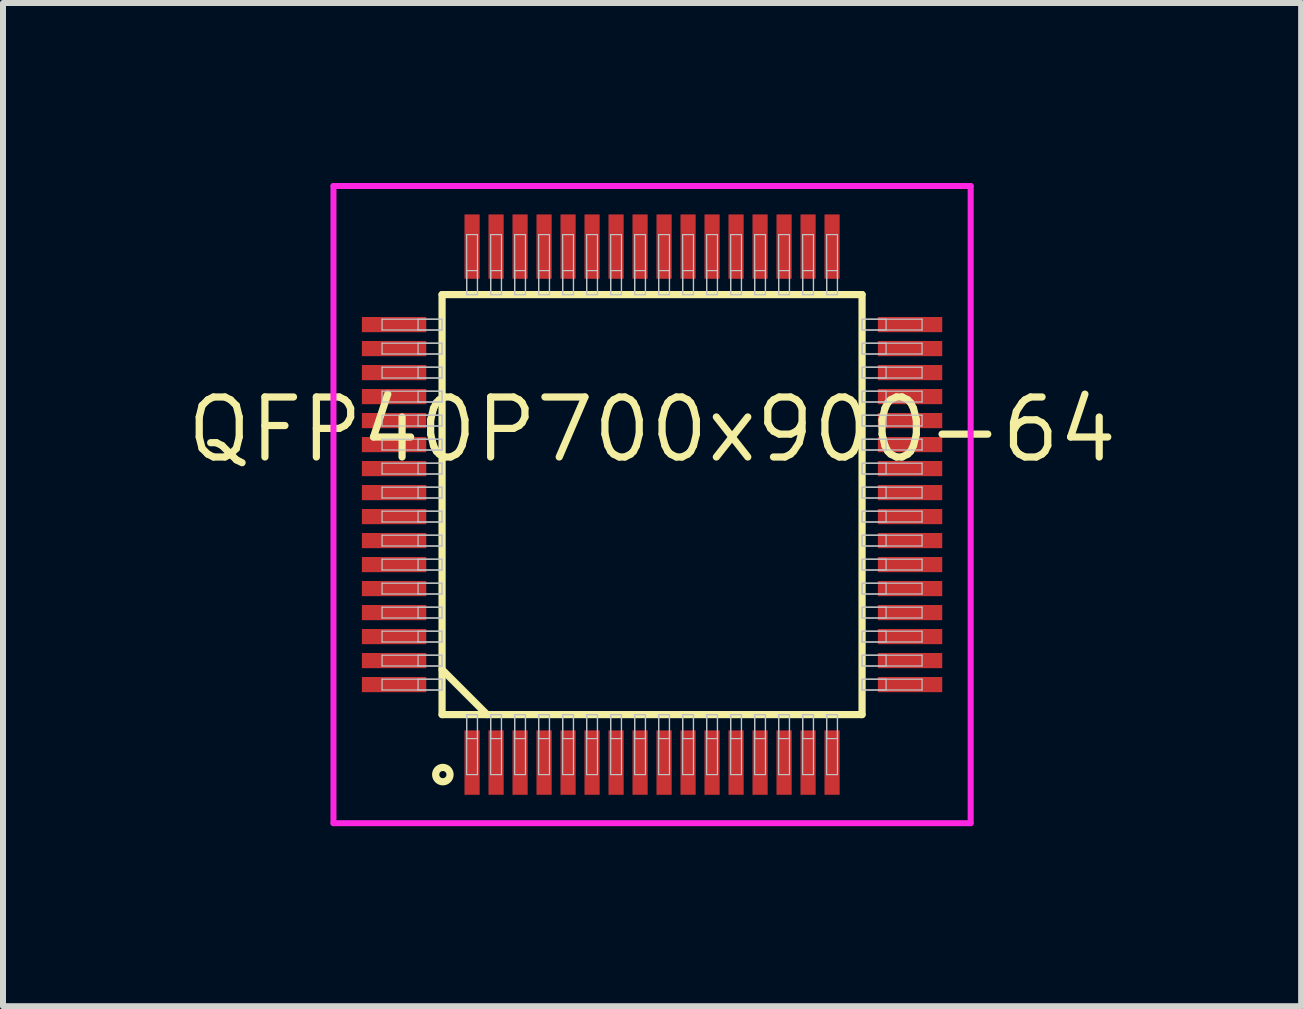
<source format=kicad_pcb>
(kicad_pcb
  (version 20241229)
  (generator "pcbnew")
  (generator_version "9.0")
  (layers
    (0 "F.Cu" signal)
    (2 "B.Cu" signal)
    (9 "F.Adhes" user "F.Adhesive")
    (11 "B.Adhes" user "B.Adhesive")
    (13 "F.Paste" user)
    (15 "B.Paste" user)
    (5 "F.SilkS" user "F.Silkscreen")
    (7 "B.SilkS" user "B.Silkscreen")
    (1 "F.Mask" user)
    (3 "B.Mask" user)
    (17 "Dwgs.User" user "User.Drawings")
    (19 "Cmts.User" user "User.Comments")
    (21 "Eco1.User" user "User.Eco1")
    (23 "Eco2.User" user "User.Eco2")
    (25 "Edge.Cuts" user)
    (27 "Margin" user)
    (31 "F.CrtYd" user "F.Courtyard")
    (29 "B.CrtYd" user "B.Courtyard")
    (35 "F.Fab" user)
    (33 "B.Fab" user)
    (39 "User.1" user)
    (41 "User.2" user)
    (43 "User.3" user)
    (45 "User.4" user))
  (footprint "QFP40P700x900-64"
    (layer "F.Cu")
    (at 7.818 5.36)
    (property "Reference" "QFP40P700x900-64" (at 0 -1.25 0) (layer "F.SilkS") (effects (font (size 1 1) (thickness 0.12))))
    (attr through_hole)
    (fp_line (start -3.5 -3.5) (end -3.5 3.5) (stroke (width 0.12) (type solid)) (layer "F.SilkS"))
    (fp_line (start -3.5 2.75) (end -2.75 3.5) (stroke (width 0.12) (type solid)) (layer "F.SilkS"))
    (fp_line (start -3.5 3.5) (end 3.5 3.5) (stroke (width 0.12) (type solid)) (layer "F.SilkS"))
    (fp_line (start 3.5 -3.5) (end -3.5 -3.5) (stroke (width 0.12) (type solid)) (layer "F.SilkS"))
    (fp_line (start 3.5 3.5) (end 3.5 -3.5) (stroke (width 0.12) (type solid)) (layer "F.SilkS"))
    (fp_circle (center -3.487 4.5) (end -3.367 4.5) (stroke (width 0.12) (type solid)) (fill no) (layer "F.SilkS"))
    (fp_line (start -4.5 -3.09) (end -4.5 -2.91) (stroke (width 0.02) (type solid)) (layer "Dwgs.User"))
    (fp_line (start -4.5 -2.91) (end -3.5 -2.91) (stroke (width 0.02) (type solid)) (layer "Dwgs.User"))
    (fp_line (start -4.5 -2.69) (end -4.5 -2.51) (stroke (width 0.02) (type solid)) (layer "Dwgs.User"))
    (fp_line (start -4.5 -2.51) (end -3.5 -2.51) (stroke (width 0.02) (type solid)) (layer "Dwgs.User"))
    (fp_line (start -4.5 -2.29) (end -4.5 -2.11) (stroke (width 0.02) (type solid)) (layer "Dwgs.User"))
    (fp_line (start -4.5 -2.11) (end -3.5 -2.11) (stroke (width 0.02) (type solid)) (layer "Dwgs.User"))
    (fp_line (start -4.5 -1.89) (end -4.5 -1.71) (stroke (width 0.02) (type solid)) (layer "Dwgs.User"))
    (fp_line (start -4.5 -1.71) (end -3.5 -1.71) (stroke (width 0.02) (type solid)) (layer "Dwgs.User"))
    (fp_line (start -4.5 -1.49) (end -4.5 -1.31) (stroke (width 0.02) (type solid)) (layer "Dwgs.User"))
    (fp_line (start -4.5 -1.31) (end -3.5 -1.31) (stroke (width 0.02) (type solid)) (layer "Dwgs.User"))
    (fp_line (start -4.5 -1.09) (end -4.5 -0.91) (stroke (width 0.02) (type solid)) (layer "Dwgs.User"))
    (fp_line (start -4.5 -0.91) (end -3.5 -0.91) (stroke (width 0.02) (type solid)) (layer "Dwgs.User"))
    (fp_line (start -4.5 -0.69) (end -4.5 -0.51) (stroke (width 0.02) (type solid)) (layer "Dwgs.User"))
    (fp_line (start -4.5 -0.51) (end -3.5 -0.51) (stroke (width 0.02) (type solid)) (layer "Dwgs.User"))
    (fp_line (start -4.5 -0.29) (end -4.5 -0.11) (stroke (width 0.02) (type solid)) (layer "Dwgs.User"))
    (fp_line (start -4.5 -0.11) (end -3.5 -0.11) (stroke (width 0.02) (type solid)) (layer "Dwgs.User"))
    (fp_line (start -4.5 0.11) (end -4.5 0.29) (stroke (width 0.02) (type solid)) (layer "Dwgs.User"))
    (fp_line (start -4.5 0.29) (end -3.5 0.29) (stroke (width 0.02) (type solid)) (layer "Dwgs.User"))
    (fp_line (start -4.5 0.51) (end -4.5 0.69) (stroke (width 0.02) (type solid)) (layer "Dwgs.User"))
    (fp_line (start -4.5 0.69) (end -3.5 0.69) (stroke (width 0.02) (type solid)) (layer "Dwgs.User"))
    (fp_line (start -4.5 0.91) (end -4.5 1.09) (stroke (width 0.02) (type solid)) (layer "Dwgs.User"))
    (fp_line (start -4.5 1.09) (end -3.5 1.09) (stroke (width 0.02) (type solid)) (layer "Dwgs.User"))
    (fp_line (start -4.5 1.31) (end -4.5 1.49) (stroke (width 0.02) (type solid)) (layer "Dwgs.User"))
    (fp_line (start -4.5 1.49) (end -3.5 1.49) (stroke (width 0.02) (type solid)) (layer "Dwgs.User"))
    (fp_line (start -4.5 1.71) (end -4.5 1.89) (stroke (width 0.02) (type solid)) (layer "Dwgs.User"))
    (fp_line (start -4.5 1.89) (end -3.5 1.89) (stroke (width 0.02) (type solid)) (layer "Dwgs.User"))
    (fp_line (start -4.5 2.11) (end -4.5 2.29) (stroke (width 0.02) (type solid)) (layer "Dwgs.User"))
    (fp_line (start -4.5 2.29) (end -3.5 2.29) (stroke (width 0.02) (type solid)) (layer "Dwgs.User"))
    (fp_line (start -4.5 2.51) (end -4.5 2.69) (stroke (width 0.02) (type solid)) (layer "Dwgs.User"))
    (fp_line (start -4.5 2.69) (end -3.5 2.69) (stroke (width 0.02) (type solid)) (layer "Dwgs.User"))
    (fp_line (start -4.5 2.91) (end -4.5 3.09) (stroke (width 0.02) (type solid)) (layer "Dwgs.User"))
    (fp_line (start -4.5 3.09) (end -3.5 3.09) (stroke (width 0.02) (type solid)) (layer "Dwgs.User"))
    (fp_line (start -3.9 -3.09) (end -3.9 -2.91) (stroke (width 0.02) (type solid)) (layer "Dwgs.User"))
    (fp_line (start -3.9 -2.91) (end -3.5 -2.91) (stroke (width 0.02) (type solid)) (layer "Dwgs.User"))
    (fp_line (start -3.9 -2.69) (end -3.9 -2.51) (stroke (width 0.02) (type solid)) (layer "Dwgs.User"))
    (fp_line (start -3.9 -2.51) (end -3.5 -2.51) (stroke (width 0.02) (type solid)) (layer "Dwgs.User"))
    (fp_line (start -3.9 -2.29) (end -3.9 -2.11) (stroke (width 0.02) (type solid)) (layer "Dwgs.User"))
    (fp_line (start -3.9 -2.11) (end -3.5 -2.11) (stroke (width 0.02) (type solid)) (layer "Dwgs.User"))
    (fp_line (start -3.9 -1.89) (end -3.9 -1.71) (stroke (width 0.02) (type solid)) (layer "Dwgs.User"))
    (fp_line (start -3.9 -1.71) (end -3.5 -1.71) (stroke (width 0.02) (type solid)) (layer "Dwgs.User"))
    (fp_line (start -3.9 -1.49) (end -3.9 -1.31) (stroke (width 0.02) (type solid)) (layer "Dwgs.User"))
    (fp_line (start -3.9 -1.31) (end -3.5 -1.31) (stroke (width 0.02) (type solid)) (layer "Dwgs.User"))
    (fp_line (start -3.9 -1.09) (end -3.9 -0.91) (stroke (width 0.02) (type solid)) (layer "Dwgs.User"))
    (fp_line (start -3.9 -0.91) (end -3.5 -0.91) (stroke (width 0.02) (type solid)) (layer "Dwgs.User"))
    (fp_line (start -3.9 -0.69) (end -3.9 -0.51) (stroke (width 0.02) (type solid)) (layer "Dwgs.User"))
    (fp_line (start -3.9 -0.51) (end -3.5 -0.51) (stroke (width 0.02) (type solid)) (layer "Dwgs.User"))
    (fp_line (start -3.9 -0.29) (end -3.9 -0.11) (stroke (width 0.02) (type solid)) (layer "Dwgs.User"))
    (fp_line (start -3.9 -0.11) (end -3.5 -0.11) (stroke (width 0.02) (type solid)) (layer "Dwgs.User"))
    (fp_line (start -3.9 0.11) (end -3.9 0.29) (stroke (width 0.02) (type solid)) (layer "Dwgs.User"))
    (fp_line (start -3.9 0.29) (end -3.5 0.29) (stroke (width 0.02) (type solid)) (layer "Dwgs.User"))
    (fp_line (start -3.9 0.51) (end -3.9 0.69) (stroke (width 0.02) (type solid)) (layer "Dwgs.User"))
    (fp_line (start -3.9 0.69) (end -3.5 0.69) (stroke (width 0.02) (type solid)) (layer "Dwgs.User"))
    (fp_line (start -3.9 0.91) (end -3.9 1.09) (stroke (width 0.02) (type solid)) (layer "Dwgs.User"))
    (fp_line (start -3.9 1.09) (end -3.5 1.09) (stroke (width 0.02) (type solid)) (layer "Dwgs.User"))
    (fp_line (start -3.9 1.31) (end -3.9 1.49) (stroke (width 0.02) (type solid)) (layer "Dwgs.User"))
    (fp_line (start -3.9 1.49) (end -3.5 1.49) (stroke (width 0.02) (type solid)) (layer "Dwgs.User"))
    (fp_line (start -3.9 1.71) (end -3.9 1.89) (stroke (width 0.02) (type solid)) (layer "Dwgs.User"))
    (fp_line (start -3.9 1.89) (end -3.5 1.89) (stroke (width 0.02) (type solid)) (layer "Dwgs.User"))
    (fp_line (start -3.9 2.11) (end -3.9 2.29) (stroke (width 0.02) (type solid)) (layer "Dwgs.User"))
    (fp_line (start -3.9 2.29) (end -3.5 2.29) (stroke (width 0.02) (type solid)) (layer "Dwgs.User"))
    (fp_line (start -3.9 2.51) (end -3.9 2.69) (stroke (width 0.02) (type solid)) (layer "Dwgs.User"))
    (fp_line (start -3.9 2.69) (end -3.5 2.69) (stroke (width 0.02) (type solid)) (layer "Dwgs.User"))
    (fp_line (start -3.9 2.91) (end -3.9 3.09) (stroke (width 0.02) (type solid)) (layer "Dwgs.User"))
    (fp_line (start -3.9 3.09) (end -3.5 3.09) (stroke (width 0.02) (type solid)) (layer "Dwgs.User"))
    (fp_line (start -3.5 -3.09) (end -4.5 -3.09) (stroke (width 0.02) (type solid)) (layer "Dwgs.User"))
    (fp_line (start -3.5 -3.09) (end -3.9 -3.09) (stroke (width 0.02) (type solid)) (layer "Dwgs.User"))
    (fp_line (start -3.5 -2.91) (end -3.5 -3.09) (stroke (width 0.02) (type solid)) (layer "Dwgs.User"))
    (fp_line (start -3.5 -2.91) (end -3.5 -3.09) (stroke (width 0.02) (type solid)) (layer "Dwgs.User"))
    (fp_line (start -3.5 -2.69) (end -4.5 -2.69) (stroke (width 0.02) (type solid)) (layer "Dwgs.User"))
    (fp_line (start -3.5 -2.69) (end -3.9 -2.69) (stroke (width 0.02) (type solid)) (layer "Dwgs.User"))
    (fp_line (start -3.5 -2.51) (end -3.5 -2.69) (stroke (width 0.02) (type solid)) (layer "Dwgs.User"))
    (fp_line (start -3.5 -2.51) (end -3.5 -2.69) (stroke (width 0.02) (type solid)) (layer "Dwgs.User"))
    (fp_line (start -3.5 -2.29) (end -4.5 -2.29) (stroke (width 0.02) (type solid)) (layer "Dwgs.User"))
    (fp_line (start -3.5 -2.29) (end -3.9 -2.29) (stroke (width 0.02) (type solid)) (layer "Dwgs.User"))
    (fp_line (start -3.5 -2.11) (end -3.5 -2.29) (stroke (width 0.02) (type solid)) (layer "Dwgs.User"))
    (fp_line (start -3.5 -2.11) (end -3.5 -2.29) (stroke (width 0.02) (type solid)) (layer "Dwgs.User"))
    (fp_line (start -3.5 -1.89) (end -4.5 -1.89) (stroke (width 0.02) (type solid)) (layer "Dwgs.User"))
    (fp_line (start -3.5 -1.89) (end -3.9 -1.89) (stroke (width 0.02) (type solid)) (layer "Dwgs.User"))
    (fp_line (start -3.5 -1.71) (end -3.5 -1.89) (stroke (width 0.02) (type solid)) (layer "Dwgs.User"))
    (fp_line (start -3.5 -1.71) (end -3.5 -1.89) (stroke (width 0.02) (type solid)) (layer "Dwgs.User"))
    (fp_line (start -3.5 -1.49) (end -4.5 -1.49) (stroke (width 0.02) (type solid)) (layer "Dwgs.User"))
    (fp_line (start -3.5 -1.49) (end -3.9 -1.49) (stroke (width 0.02) (type solid)) (layer "Dwgs.User"))
    (fp_line (start -3.5 -1.31) (end -3.5 -1.49) (stroke (width 0.02) (type solid)) (layer "Dwgs.User"))
    (fp_line (start -3.5 -1.31) (end -3.5 -1.49) (stroke (width 0.02) (type solid)) (layer "Dwgs.User"))
    (fp_line (start -3.5 -1.09) (end -4.5 -1.09) (stroke (width 0.02) (type solid)) (layer "Dwgs.User"))
    (fp_line (start -3.5 -1.09) (end -3.9 -1.09) (stroke (width 0.02) (type solid)) (layer "Dwgs.User"))
    (fp_line (start -3.5 -0.91) (end -3.5 -1.09) (stroke (width 0.02) (type solid)) (layer "Dwgs.User"))
    (fp_line (start -3.5 -0.91) (end -3.5 -1.09) (stroke (width 0.02) (type solid)) (layer "Dwgs.User"))
    (fp_line (start -3.5 -0.69) (end -4.5 -0.69) (stroke (width 0.02) (type solid)) (layer "Dwgs.User"))
    (fp_line (start -3.5 -0.69) (end -3.9 -0.69) (stroke (width 0.02) (type solid)) (layer "Dwgs.User"))
    (fp_line (start -3.5 -0.51) (end -3.5 -0.69) (stroke (width 0.02) (type solid)) (layer "Dwgs.User"))
    (fp_line (start -3.5 -0.51) (end -3.5 -0.69) (stroke (width 0.02) (type solid)) (layer "Dwgs.User"))
    (fp_line (start -3.5 -0.29) (end -4.5 -0.29) (stroke (width 0.02) (type solid)) (layer "Dwgs.User"))
    (fp_line (start -3.5 -0.29) (end -3.9 -0.29) (stroke (width 0.02) (type solid)) (layer "Dwgs.User"))
    (fp_line (start -3.5 -0.11) (end -3.5 -0.29) (stroke (width 0.02) (type solid)) (layer "Dwgs.User"))
    (fp_line (start -3.5 -0.11) (end -3.5 -0.29) (stroke (width 0.02) (type solid)) (layer "Dwgs.User"))
    (fp_line (start -3.5 0.11) (end -4.5 0.11) (stroke (width 0.02) (type solid)) (layer "Dwgs.User"))
    (fp_line (start -3.5 0.11) (end -3.9 0.11) (stroke (width 0.02) (type solid)) (layer "Dwgs.User"))
    (fp_line (start -3.5 0.29) (end -3.5 0.11) (stroke (width 0.02) (type solid)) (layer "Dwgs.User"))
    (fp_line (start -3.5 0.29) (end -3.5 0.11) (stroke (width 0.02) (type solid)) (layer "Dwgs.User"))
    (fp_line (start -3.5 0.51) (end -4.5 0.51) (stroke (width 0.02) (type solid)) (layer "Dwgs.User"))
    (fp_line (start -3.5 0.51) (end -3.9 0.51) (stroke (width 0.02) (type solid)) (layer "Dwgs.User"))
    (fp_line (start -3.5 0.69) (end -3.5 0.51) (stroke (width 0.02) (type solid)) (layer "Dwgs.User"))
    (fp_line (start -3.5 0.69) (end -3.5 0.51) (stroke (width 0.02) (type solid)) (layer "Dwgs.User"))
    (fp_line (start -3.5 0.91) (end -4.5 0.91) (stroke (width 0.02) (type solid)) (layer "Dwgs.User"))
    (fp_line (start -3.5 0.91) (end -3.9 0.91) (stroke (width 0.02) (type solid)) (layer "Dwgs.User"))
    (fp_line (start -3.5 1.09) (end -3.5 0.91) (stroke (width 0.02) (type solid)) (layer "Dwgs.User"))
    (fp_line (start -3.5 1.09) (end -3.5 0.91) (stroke (width 0.02) (type solid)) (layer "Dwgs.User"))
    (fp_line (start -3.5 1.31) (end -4.5 1.31) (stroke (width 0.02) (type solid)) (layer "Dwgs.User"))
    (fp_line (start -3.5 1.31) (end -3.9 1.31) (stroke (width 0.02) (type solid)) (layer "Dwgs.User"))
    (fp_line (start -3.5 1.49) (end -3.5 1.31) (stroke (width 0.02) (type solid)) (layer "Dwgs.User"))
    (fp_line (start -3.5 1.49) (end -3.5 1.31) (stroke (width 0.02) (type solid)) (layer "Dwgs.User"))
    (fp_line (start -3.5 1.71) (end -4.5 1.71) (stroke (width 0.02) (type solid)) (layer "Dwgs.User"))
    (fp_line (start -3.5 1.71) (end -3.9 1.71) (stroke (width 0.02) (type solid)) (layer "Dwgs.User"))
    (fp_line (start -3.5 1.89) (end -3.5 1.71) (stroke (width 0.02) (type solid)) (layer "Dwgs.User"))
    (fp_line (start -3.5 1.89) (end -3.5 1.71) (stroke (width 0.02) (type solid)) (layer "Dwgs.User"))
    (fp_line (start -3.5 2.11) (end -4.5 2.11) (stroke (width 0.02) (type solid)) (layer "Dwgs.User"))
    (fp_line (start -3.5 2.11) (end -3.9 2.11) (stroke (width 0.02) (type solid)) (layer "Dwgs.User"))
    (fp_line (start -3.5 2.29) (end -3.5 2.11) (stroke (width 0.02) (type solid)) (layer "Dwgs.User"))
    (fp_line (start -3.5 2.29) (end -3.5 2.11) (stroke (width 0.02) (type solid)) (layer "Dwgs.User"))
    (fp_line (start -3.5 2.51) (end -4.5 2.51) (stroke (width 0.02) (type solid)) (layer "Dwgs.User"))
    (fp_line (start -3.5 2.51) (end -3.9 2.51) (stroke (width 0.02) (type solid)) (layer "Dwgs.User"))
    (fp_line (start -3.5 2.69) (end -3.5 2.51) (stroke (width 0.02) (type solid)) (layer "Dwgs.User"))
    (fp_line (start -3.5 2.69) (end -3.5 2.51) (stroke (width 0.02) (type solid)) (layer "Dwgs.User"))
    (fp_line (start -3.5 2.91) (end -4.5 2.91) (stroke (width 0.02) (type solid)) (layer "Dwgs.User"))
    (fp_line (start -3.5 2.91) (end -3.9 2.91) (stroke (width 0.02) (type solid)) (layer "Dwgs.User"))
    (fp_line (start -3.5 3.09) (end -3.5 2.91) (stroke (width 0.02) (type solid)) (layer "Dwgs.User"))
    (fp_line (start -3.5 3.09) (end -3.5 2.91) (stroke (width 0.02) (type solid)) (layer "Dwgs.User"))
    (fp_line (start -3.09 -4.5) (end -3.09 -3.5) (stroke (width 0.02) (type solid)) (layer "Dwgs.User"))
    (fp_line (start -3.09 -3.9) (end -3.09 -3.5) (stroke (width 0.02) (type solid)) (layer "Dwgs.User"))
    (fp_line (start -3.09 -3.5) (end -2.91 -3.5) (stroke (width 0.02) (type solid)) (layer "Dwgs.User"))
    (fp_line (start -3.09 -3.5) (end -2.91 -3.5) (stroke (width 0.02) (type solid)) (layer "Dwgs.User"))
    (fp_line (start -3.09 3.5) (end -2.91 3.5) (stroke (width 0.02) (type solid)) (layer "Dwgs.User"))
    (fp_line (start -3.09 3.5) (end -2.91 3.5) (stroke (width 0.02) (type solid)) (layer "Dwgs.User"))
    (fp_line (start -3.09 3.9) (end -3.09 3.5) (stroke (width 0.02) (type solid)) (layer "Dwgs.User"))
    (fp_line (start -3.09 4.5) (end -3.09 3.5) (stroke (width 0.02) (type solid)) (layer "Dwgs.User"))
    (fp_line (start -2.91 -4.5) (end -3.09 -4.5) (stroke (width 0.02) (type solid)) (layer "Dwgs.User"))
    (fp_line (start -2.91 -3.9) (end -3.09 -3.9) (stroke (width 0.02) (type solid)) (layer "Dwgs.User"))
    (fp_line (start -2.91 -3.5) (end -2.91 -4.5) (stroke (width 0.02) (type solid)) (layer "Dwgs.User"))
    (fp_line (start -2.91 -3.5) (end -2.91 -3.9) (stroke (width 0.02) (type solid)) (layer "Dwgs.User"))
    (fp_line (start -2.91 3.5) (end -2.91 3.9) (stroke (width 0.02) (type solid)) (layer "Dwgs.User"))
    (fp_line (start -2.91 3.5) (end -2.91 4.5) (stroke (width 0.02) (type solid)) (layer "Dwgs.User"))
    (fp_line (start -2.91 3.9) (end -3.09 3.9) (stroke (width 0.02) (type solid)) (layer "Dwgs.User"))
    (fp_line (start -2.91 4.5) (end -3.09 4.5) (stroke (width 0.02) (type solid)) (layer "Dwgs.User"))
    (fp_line (start -2.69 -4.5) (end -2.69 -3.5) (stroke (width 0.02) (type solid)) (layer "Dwgs.User"))
    (fp_line (start -2.69 -3.9) (end -2.69 -3.5) (stroke (width 0.02) (type solid)) (layer "Dwgs.User"))
    (fp_line (start -2.69 -3.5) (end -2.51 -3.5) (stroke (width 0.02) (type solid)) (layer "Dwgs.User"))
    (fp_line (start -2.69 -3.5) (end -2.51 -3.5) (stroke (width 0.02) (type solid)) (layer "Dwgs.User"))
    (fp_line (start -2.69 3.5) (end -2.51 3.5) (stroke (width 0.02) (type solid)) (layer "Dwgs.User"))
    (fp_line (start -2.69 3.5) (end -2.51 3.5) (stroke (width 0.02) (type solid)) (layer "Dwgs.User"))
    (fp_line (start -2.69 3.9) (end -2.69 3.5) (stroke (width 0.02) (type solid)) (layer "Dwgs.User"))
    (fp_line (start -2.69 4.5) (end -2.69 3.5) (stroke (width 0.02) (type solid)) (layer "Dwgs.User"))
    (fp_line (start -2.51 -4.5) (end -2.69 -4.5) (stroke (width 0.02) (type solid)) (layer "Dwgs.User"))
    (fp_line (start -2.51 -3.9) (end -2.69 -3.9) (stroke (width 0.02) (type solid)) (layer "Dwgs.User"))
    (fp_line (start -2.51 -3.5) (end -2.51 -4.5) (stroke (width 0.02) (type solid)) (layer "Dwgs.User"))
    (fp_line (start -2.51 -3.5) (end -2.51 -3.9) (stroke (width 0.02) (type solid)) (layer "Dwgs.User"))
    (fp_line (start -2.51 3.5) (end -2.51 3.9) (stroke (width 0.02) (type solid)) (layer "Dwgs.User"))
    (fp_line (start -2.51 3.5) (end -2.51 4.5) (stroke (width 0.02) (type solid)) (layer "Dwgs.User"))
    (fp_line (start -2.51 3.9) (end -2.69 3.9) (stroke (width 0.02) (type solid)) (layer "Dwgs.User"))
    (fp_line (start -2.51 4.5) (end -2.69 4.5) (stroke (width 0.02) (type solid)) (layer "Dwgs.User"))
    (fp_line (start -2.29 -4.5) (end -2.29 -3.5) (stroke (width 0.02) (type solid)) (layer "Dwgs.User"))
    (fp_line (start -2.29 -3.9) (end -2.29 -3.5) (stroke (width 0.02) (type solid)) (layer "Dwgs.User"))
    (fp_line (start -2.29 -3.5) (end -2.11 -3.5) (stroke (width 0.02) (type solid)) (layer "Dwgs.User"))
    (fp_line (start -2.29 -3.5) (end -2.11 -3.5) (stroke (width 0.02) (type solid)) (layer "Dwgs.User"))
    (fp_line (start -2.29 3.5) (end -2.11 3.5) (stroke (width 0.02) (type solid)) (layer "Dwgs.User"))
    (fp_line (start -2.29 3.5) (end -2.11 3.5) (stroke (width 0.02) (type solid)) (layer "Dwgs.User"))
    (fp_line (start -2.29 3.9) (end -2.29 3.5) (stroke (width 0.02) (type solid)) (layer "Dwgs.User"))
    (fp_line (start -2.29 4.5) (end -2.29 3.5) (stroke (width 0.02) (type solid)) (layer "Dwgs.User"))
    (fp_line (start -2.11 -4.5) (end -2.29 -4.5) (stroke (width 0.02) (type solid)) (layer "Dwgs.User"))
    (fp_line (start -2.11 -3.9) (end -2.29 -3.9) (stroke (width 0.02) (type solid)) (layer "Dwgs.User"))
    (fp_line (start -2.11 -3.5) (end -2.11 -4.5) (stroke (width 0.02) (type solid)) (layer "Dwgs.User"))
    (fp_line (start -2.11 -3.5) (end -2.11 -3.9) (stroke (width 0.02) (type solid)) (layer "Dwgs.User"))
    (fp_line (start -2.11 3.5) (end -2.11 3.9) (stroke (width 0.02) (type solid)) (layer "Dwgs.User"))
    (fp_line (start -2.11 3.5) (end -2.11 4.5) (stroke (width 0.02) (type solid)) (layer "Dwgs.User"))
    (fp_line (start -2.11 3.9) (end -2.29 3.9) (stroke (width 0.02) (type solid)) (layer "Dwgs.User"))
    (fp_line (start -2.11 4.5) (end -2.29 4.5) (stroke (width 0.02) (type solid)) (layer "Dwgs.User"))
    (fp_line (start -1.89 -4.5) (end -1.89 -3.5) (stroke (width 0.02) (type solid)) (layer "Dwgs.User"))
    (fp_line (start -1.89 -3.9) (end -1.89 -3.5) (stroke (width 0.02) (type solid)) (layer "Dwgs.User"))
    (fp_line (start -1.89 -3.5) (end -1.71 -3.5) (stroke (width 0.02) (type solid)) (layer "Dwgs.User"))
    (fp_line (start -1.89 -3.5) (end -1.71 -3.5) (stroke (width 0.02) (type solid)) (layer "Dwgs.User"))
    (fp_line (start -1.89 3.5) (end -1.71 3.5) (stroke (width 0.02) (type solid)) (layer "Dwgs.User"))
    (fp_line (start -1.89 3.5) (end -1.71 3.5) (stroke (width 0.02) (type solid)) (layer "Dwgs.User"))
    (fp_line (start -1.89 3.9) (end -1.89 3.5) (stroke (width 0.02) (type solid)) (layer "Dwgs.User"))
    (fp_line (start -1.89 4.5) (end -1.89 3.5) (stroke (width 0.02) (type solid)) (layer "Dwgs.User"))
    (fp_line (start -1.71 -4.5) (end -1.89 -4.5) (stroke (width 0.02) (type solid)) (layer "Dwgs.User"))
    (fp_line (start -1.71 -3.9) (end -1.89 -3.9) (stroke (width 0.02) (type solid)) (layer "Dwgs.User"))
    (fp_line (start -1.71 -3.5) (end -1.71 -4.5) (stroke (width 0.02) (type solid)) (layer "Dwgs.User"))
    (fp_line (start -1.71 -3.5) (end -1.71 -3.9) (stroke (width 0.02) (type solid)) (layer "Dwgs.User"))
    (fp_line (start -1.71 3.5) (end -1.71 3.9) (stroke (width 0.02) (type solid)) (layer "Dwgs.User"))
    (fp_line (start -1.71 3.5) (end -1.71 4.5) (stroke (width 0.02) (type solid)) (layer "Dwgs.User"))
    (fp_line (start -1.71 3.9) (end -1.89 3.9) (stroke (width 0.02) (type solid)) (layer "Dwgs.User"))
    (fp_line (start -1.71 4.5) (end -1.89 4.5) (stroke (width 0.02) (type solid)) (layer "Dwgs.User"))
    (fp_line (start -1.49 -4.5) (end -1.49 -3.5) (stroke (width 0.02) (type solid)) (layer "Dwgs.User"))
    (fp_line (start -1.49 -3.9) (end -1.49 -3.5) (stroke (width 0.02) (type solid)) (layer "Dwgs.User"))
    (fp_line (start -1.49 -3.5) (end -1.31 -3.5) (stroke (width 0.02) (type solid)) (layer "Dwgs.User"))
    (fp_line (start -1.49 -3.5) (end -1.31 -3.5) (stroke (width 0.02) (type solid)) (layer "Dwgs.User"))
    (fp_line (start -1.49 3.5) (end -1.31 3.5) (stroke (width 0.02) (type solid)) (layer "Dwgs.User"))
    (fp_line (start -1.49 3.5) (end -1.31 3.5) (stroke (width 0.02) (type solid)) (layer "Dwgs.User"))
    (fp_line (start -1.49 3.9) (end -1.49 3.5) (stroke (width 0.02) (type solid)) (layer "Dwgs.User"))
    (fp_line (start -1.49 4.5) (end -1.49 3.5) (stroke (width 0.02) (type solid)) (layer "Dwgs.User"))
    (fp_line (start -1.31 -4.5) (end -1.49 -4.5) (stroke (width 0.02) (type solid)) (layer "Dwgs.User"))
    (fp_line (start -1.31 -3.9) (end -1.49 -3.9) (stroke (width 0.02) (type solid)) (layer "Dwgs.User"))
    (fp_line (start -1.31 -3.5) (end -1.31 -4.5) (stroke (width 0.02) (type solid)) (layer "Dwgs.User"))
    (fp_line (start -1.31 -3.5) (end -1.31 -3.9) (stroke (width 0.02) (type solid)) (layer "Dwgs.User"))
    (fp_line (start -1.31 3.5) (end -1.31 3.9) (stroke (width 0.02) (type solid)) (layer "Dwgs.User"))
    (fp_line (start -1.31 3.5) (end -1.31 4.5) (stroke (width 0.02) (type solid)) (layer "Dwgs.User"))
    (fp_line (start -1.31 3.9) (end -1.49 3.9) (stroke (width 0.02) (type solid)) (layer "Dwgs.User"))
    (fp_line (start -1.31 4.5) (end -1.49 4.5) (stroke (width 0.02) (type solid)) (layer "Dwgs.User"))
    (fp_line (start -1.09 -4.5) (end -1.09 -3.5) (stroke (width 0.02) (type solid)) (layer "Dwgs.User"))
    (fp_line (start -1.09 -3.9) (end -1.09 -3.5) (stroke (width 0.02) (type solid)) (layer "Dwgs.User"))
    (fp_line (start -1.09 -3.5) (end -0.91 -3.5) (stroke (width 0.02) (type solid)) (layer "Dwgs.User"))
    (fp_line (start -1.09 -3.5) (end -0.91 -3.5) (stroke (width 0.02) (type solid)) (layer "Dwgs.User"))
    (fp_line (start -1.09 3.5) (end -0.91 3.5) (stroke (width 0.02) (type solid)) (layer "Dwgs.User"))
    (fp_line (start -1.09 3.5) (end -0.91 3.5) (stroke (width 0.02) (type solid)) (layer "Dwgs.User"))
    (fp_line (start -1.09 3.9) (end -1.09 3.5) (stroke (width 0.02) (type solid)) (layer "Dwgs.User"))
    (fp_line (start -1.09 4.5) (end -1.09 3.5) (stroke (width 0.02) (type solid)) (layer "Dwgs.User"))
    (fp_line (start -0.91 -4.5) (end -1.09 -4.5) (stroke (width 0.02) (type solid)) (layer "Dwgs.User"))
    (fp_line (start -0.91 -3.9) (end -1.09 -3.9) (stroke (width 0.02) (type solid)) (layer "Dwgs.User"))
    (fp_line (start -0.91 -3.5) (end -0.91 -4.5) (stroke (width 0.02) (type solid)) (layer "Dwgs.User"))
    (fp_line (start -0.91 -3.5) (end -0.91 -3.9) (stroke (width 0.02) (type solid)) (layer "Dwgs.User"))
    (fp_line (start -0.91 3.5) (end -0.91 3.9) (stroke (width 0.02) (type solid)) (layer "Dwgs.User"))
    (fp_line (start -0.91 3.5) (end -0.91 4.5) (stroke (width 0.02) (type solid)) (layer "Dwgs.User"))
    (fp_line (start -0.91 3.9) (end -1.09 3.9) (stroke (width 0.02) (type solid)) (layer "Dwgs.User"))
    (fp_line (start -0.91 4.5) (end -1.09 4.5) (stroke (width 0.02) (type solid)) (layer "Dwgs.User"))
    (fp_line (start -0.69 -4.5) (end -0.69 -3.5) (stroke (width 0.02) (type solid)) (layer "Dwgs.User"))
    (fp_line (start -0.69 -3.9) (end -0.69 -3.5) (stroke (width 0.02) (type solid)) (layer "Dwgs.User"))
    (fp_line (start -0.69 -3.5) (end -0.51 -3.5) (stroke (width 0.02) (type solid)) (layer "Dwgs.User"))
    (fp_line (start -0.69 -3.5) (end -0.51 -3.5) (stroke (width 0.02) (type solid)) (layer "Dwgs.User"))
    (fp_line (start -0.69 3.5) (end -0.51 3.5) (stroke (width 0.02) (type solid)) (layer "Dwgs.User"))
    (fp_line (start -0.69 3.5) (end -0.51 3.5) (stroke (width 0.02) (type solid)) (layer "Dwgs.User"))
    (fp_line (start -0.69 3.9) (end -0.69 3.5) (stroke (width 0.02) (type solid)) (layer "Dwgs.User"))
    (fp_line (start -0.69 4.5) (end -0.69 3.5) (stroke (width 0.02) (type solid)) (layer "Dwgs.User"))
    (fp_line (start -0.51 -4.5) (end -0.69 -4.5) (stroke (width 0.02) (type solid)) (layer "Dwgs.User"))
    (fp_line (start -0.51 -3.9) (end -0.69 -3.9) (stroke (width 0.02) (type solid)) (layer "Dwgs.User"))
    (fp_line (start -0.51 -3.5) (end -0.51 -4.5) (stroke (width 0.02) (type solid)) (layer "Dwgs.User"))
    (fp_line (start -0.51 -3.5) (end -0.51 -3.9) (stroke (width 0.02) (type solid)) (layer "Dwgs.User"))
    (fp_line (start -0.51 3.5) (end -0.51 3.9) (stroke (width 0.02) (type solid)) (layer "Dwgs.User"))
    (fp_line (start -0.51 3.5) (end -0.51 4.5) (stroke (width 0.02) (type solid)) (layer "Dwgs.User"))
    (fp_line (start -0.51 3.9) (end -0.69 3.9) (stroke (width 0.02) (type solid)) (layer "Dwgs.User"))
    (fp_line (start -0.51 4.5) (end -0.69 4.5) (stroke (width 0.02) (type solid)) (layer "Dwgs.User"))
    (fp_line (start -0.29 -4.5) (end -0.29 -3.5) (stroke (width 0.02) (type solid)) (layer "Dwgs.User"))
    (fp_line (start -0.29 -3.9) (end -0.29 -3.5) (stroke (width 0.02) (type solid)) (layer "Dwgs.User"))
    (fp_line (start -0.29 -3.5) (end -0.11 -3.5) (stroke (width 0.02) (type solid)) (layer "Dwgs.User"))
    (fp_line (start -0.29 -3.5) (end -0.11 -3.5) (stroke (width 0.02) (type solid)) (layer "Dwgs.User"))
    (fp_line (start -0.29 3.5) (end -0.11 3.5) (stroke (width 0.02) (type solid)) (layer "Dwgs.User"))
    (fp_line (start -0.29 3.5) (end -0.11 3.5) (stroke (width 0.02) (type solid)) (layer "Dwgs.User"))
    (fp_line (start -0.29 3.9) (end -0.29 3.5) (stroke (width 0.02) (type solid)) (layer "Dwgs.User"))
    (fp_line (start -0.29 4.5) (end -0.29 3.5) (stroke (width 0.02) (type solid)) (layer "Dwgs.User"))
    (fp_line (start -0.11 -4.5) (end -0.29 -4.5) (stroke (width 0.02) (type solid)) (layer "Dwgs.User"))
    (fp_line (start -0.11 -3.9) (end -0.29 -3.9) (stroke (width 0.02) (type solid)) (layer "Dwgs.User"))
    (fp_line (start -0.11 -3.5) (end -0.11 -4.5) (stroke (width 0.02) (type solid)) (layer "Dwgs.User"))
    (fp_line (start -0.11 -3.5) (end -0.11 -3.9) (stroke (width 0.02) (type solid)) (layer "Dwgs.User"))
    (fp_line (start -0.11 3.5) (end -0.11 3.9) (stroke (width 0.02) (type solid)) (layer "Dwgs.User"))
    (fp_line (start -0.11 3.5) (end -0.11 4.5) (stroke (width 0.02) (type solid)) (layer "Dwgs.User"))
    (fp_line (start -0.11 3.9) (end -0.29 3.9) (stroke (width 0.02) (type solid)) (layer "Dwgs.User"))
    (fp_line (start -0.11 4.5) (end -0.29 4.5) (stroke (width 0.02) (type solid)) (layer "Dwgs.User"))
    (fp_line (start 0.11 -4.5) (end 0.11 -3.5) (stroke (width 0.02) (type solid)) (layer "Dwgs.User"))
    (fp_line (start 0.11 -3.9) (end 0.11 -3.5) (stroke (width 0.02) (type solid)) (layer "Dwgs.User"))
    (fp_line (start 0.11 -3.5) (end 0.29 -3.5) (stroke (width 0.02) (type solid)) (layer "Dwgs.User"))
    (fp_line (start 0.11 -3.5) (end 0.29 -3.5) (stroke (width 0.02) (type solid)) (layer "Dwgs.User"))
    (fp_line (start 0.11 3.5) (end 0.29 3.5) (stroke (width 0.02) (type solid)) (layer "Dwgs.User"))
    (fp_line (start 0.11 3.5) (end 0.29 3.5) (stroke (width 0.02) (type solid)) (layer "Dwgs.User"))
    (fp_line (start 0.11 3.9) (end 0.11 3.5) (stroke (width 0.02) (type solid)) (layer "Dwgs.User"))
    (fp_line (start 0.11 4.5) (end 0.11 3.5) (stroke (width 0.02) (type solid)) (layer "Dwgs.User"))
    (fp_line (start 0.29 -4.5) (end 0.11 -4.5) (stroke (width 0.02) (type solid)) (layer "Dwgs.User"))
    (fp_line (start 0.29 -3.9) (end 0.11 -3.9) (stroke (width 0.02) (type solid)) (layer "Dwgs.User"))
    (fp_line (start 0.29 -3.5) (end 0.29 -4.5) (stroke (width 0.02) (type solid)) (layer "Dwgs.User"))
    (fp_line (start 0.29 -3.5) (end 0.29 -3.9) (stroke (width 0.02) (type solid)) (layer "Dwgs.User"))
    (fp_line (start 0.29 3.5) (end 0.29 3.9) (stroke (width 0.02) (type solid)) (layer "Dwgs.User"))
    (fp_line (start 0.29 3.5) (end 0.29 4.5) (stroke (width 0.02) (type solid)) (layer "Dwgs.User"))
    (fp_line (start 0.29 3.9) (end 0.11 3.9) (stroke (width 0.02) (type solid)) (layer "Dwgs.User"))
    (fp_line (start 0.29 4.5) (end 0.11 4.5) (stroke (width 0.02) (type solid)) (layer "Dwgs.User"))
    (fp_line (start 0.51 -4.5) (end 0.51 -3.5) (stroke (width 0.02) (type solid)) (layer "Dwgs.User"))
    (fp_line (start 0.51 -3.9) (end 0.51 -3.5) (stroke (width 0.02) (type solid)) (layer "Dwgs.User"))
    (fp_line (start 0.51 -3.5) (end 0.69 -3.5) (stroke (width 0.02) (type solid)) (layer "Dwgs.User"))
    (fp_line (start 0.51 -3.5) (end 0.69 -3.5) (stroke (width 0.02) (type solid)) (layer "Dwgs.User"))
    (fp_line (start 0.51 3.5) (end 0.69 3.5) (stroke (width 0.02) (type solid)) (layer "Dwgs.User"))
    (fp_line (start 0.51 3.5) (end 0.69 3.5) (stroke (width 0.02) (type solid)) (layer "Dwgs.User"))
    (fp_line (start 0.51 3.9) (end 0.51 3.5) (stroke (width 0.02) (type solid)) (layer "Dwgs.User"))
    (fp_line (start 0.51 4.5) (end 0.51 3.5) (stroke (width 0.02) (type solid)) (layer "Dwgs.User"))
    (fp_line (start 0.69 -4.5) (end 0.51 -4.5) (stroke (width 0.02) (type solid)) (layer "Dwgs.User"))
    (fp_line (start 0.69 -3.9) (end 0.51 -3.9) (stroke (width 0.02) (type solid)) (layer "Dwgs.User"))
    (fp_line (start 0.69 -3.5) (end 0.69 -4.5) (stroke (width 0.02) (type solid)) (layer "Dwgs.User"))
    (fp_line (start 0.69 -3.5) (end 0.69 -3.9) (stroke (width 0.02) (type solid)) (layer "Dwgs.User"))
    (fp_line (start 0.69 3.5) (end 0.69 3.9) (stroke (width 0.02) (type solid)) (layer "Dwgs.User"))
    (fp_line (start 0.69 3.5) (end 0.69 4.5) (stroke (width 0.02) (type solid)) (layer "Dwgs.User"))
    (fp_line (start 0.69 3.9) (end 0.51 3.9) (stroke (width 0.02) (type solid)) (layer "Dwgs.User"))
    (fp_line (start 0.69 4.5) (end 0.51 4.5) (stroke (width 0.02) (type solid)) (layer "Dwgs.User"))
    (fp_line (start 0.91 -4.5) (end 0.91 -3.5) (stroke (width 0.02) (type solid)) (layer "Dwgs.User"))
    (fp_line (start 0.91 -3.9) (end 0.91 -3.5) (stroke (width 0.02) (type solid)) (layer "Dwgs.User"))
    (fp_line (start 0.91 -3.5) (end 1.09 -3.5) (stroke (width 0.02) (type solid)) (layer "Dwgs.User"))
    (fp_line (start 0.91 -3.5) (end 1.09 -3.5) (stroke (width 0.02) (type solid)) (layer "Dwgs.User"))
    (fp_line (start 0.91 3.5) (end 1.09 3.5) (stroke (width 0.02) (type solid)) (layer "Dwgs.User"))
    (fp_line (start 0.91 3.5) (end 1.09 3.5) (stroke (width 0.02) (type solid)) (layer "Dwgs.User"))
    (fp_line (start 0.91 3.9) (end 0.91 3.5) (stroke (width 0.02) (type solid)) (layer "Dwgs.User"))
    (fp_line (start 0.91 4.5) (end 0.91 3.5) (stroke (width 0.02) (type solid)) (layer "Dwgs.User"))
    (fp_line (start 1.09 -4.5) (end 0.91 -4.5) (stroke (width 0.02) (type solid)) (layer "Dwgs.User"))
    (fp_line (start 1.09 -3.9) (end 0.91 -3.9) (stroke (width 0.02) (type solid)) (layer "Dwgs.User"))
    (fp_line (start 1.09 -3.5) (end 1.09 -4.5) (stroke (width 0.02) (type solid)) (layer "Dwgs.User"))
    (fp_line (start 1.09 -3.5) (end 1.09 -3.9) (stroke (width 0.02) (type solid)) (layer "Dwgs.User"))
    (fp_line (start 1.09 3.5) (end 1.09 3.9) (stroke (width 0.02) (type solid)) (layer "Dwgs.User"))
    (fp_line (start 1.09 3.5) (end 1.09 4.5) (stroke (width 0.02) (type solid)) (layer "Dwgs.User"))
    (fp_line (start 1.09 3.9) (end 0.91 3.9) (stroke (width 0.02) (type solid)) (layer "Dwgs.User"))
    (fp_line (start 1.09 4.5) (end 0.91 4.5) (stroke (width 0.02) (type solid)) (layer "Dwgs.User"))
    (fp_line (start 1.31 -4.5) (end 1.31 -3.5) (stroke (width 0.02) (type solid)) (layer "Dwgs.User"))
    (fp_line (start 1.31 -3.9) (end 1.31 -3.5) (stroke (width 0.02) (type solid)) (layer "Dwgs.User"))
    (fp_line (start 1.31 -3.5) (end 1.49 -3.5) (stroke (width 0.02) (type solid)) (layer "Dwgs.User"))
    (fp_line (start 1.31 -3.5) (end 1.49 -3.5) (stroke (width 0.02) (type solid)) (layer "Dwgs.User"))
    (fp_line (start 1.31 3.5) (end 1.49 3.5) (stroke (width 0.02) (type solid)) (layer "Dwgs.User"))
    (fp_line (start 1.31 3.5) (end 1.49 3.5) (stroke (width 0.02) (type solid)) (layer "Dwgs.User"))
    (fp_line (start 1.31 3.9) (end 1.31 3.5) (stroke (width 0.02) (type solid)) (layer "Dwgs.User"))
    (fp_line (start 1.31 4.5) (end 1.31 3.5) (stroke (width 0.02) (type solid)) (layer "Dwgs.User"))
    (fp_line (start 1.49 -4.5) (end 1.31 -4.5) (stroke (width 0.02) (type solid)) (layer "Dwgs.User"))
    (fp_line (start 1.49 -3.9) (end 1.31 -3.9) (stroke (width 0.02) (type solid)) (layer "Dwgs.User"))
    (fp_line (start 1.49 -3.5) (end 1.49 -4.5) (stroke (width 0.02) (type solid)) (layer "Dwgs.User"))
    (fp_line (start 1.49 -3.5) (end 1.49 -3.9) (stroke (width 0.02) (type solid)) (layer "Dwgs.User"))
    (fp_line (start 1.49 3.5) (end 1.49 3.9) (stroke (width 0.02) (type solid)) (layer "Dwgs.User"))
    (fp_line (start 1.49 3.5) (end 1.49 4.5) (stroke (width 0.02) (type solid)) (layer "Dwgs.User"))
    (fp_line (start 1.49 3.9) (end 1.31 3.9) (stroke (width 0.02) (type solid)) (layer "Dwgs.User"))
    (fp_line (start 1.49 4.5) (end 1.31 4.5) (stroke (width 0.02) (type solid)) (layer "Dwgs.User"))
    (fp_line (start 1.71 -4.5) (end 1.71 -3.5) (stroke (width 0.02) (type solid)) (layer "Dwgs.User"))
    (fp_line (start 1.71 -3.9) (end 1.71 -3.5) (stroke (width 0.02) (type solid)) (layer "Dwgs.User"))
    (fp_line (start 1.71 -3.5) (end 1.89 -3.5) (stroke (width 0.02) (type solid)) (layer "Dwgs.User"))
    (fp_line (start 1.71 -3.5) (end 1.89 -3.5) (stroke (width 0.02) (type solid)) (layer "Dwgs.User"))
    (fp_line (start 1.71 3.5) (end 1.89 3.5) (stroke (width 0.02) (type solid)) (layer "Dwgs.User"))
    (fp_line (start 1.71 3.5) (end 1.89 3.5) (stroke (width 0.02) (type solid)) (layer "Dwgs.User"))
    (fp_line (start 1.71 3.9) (end 1.71 3.5) (stroke (width 0.02) (type solid)) (layer "Dwgs.User"))
    (fp_line (start 1.71 4.5) (end 1.71 3.5) (stroke (width 0.02) (type solid)) (layer "Dwgs.User"))
    (fp_line (start 1.89 -4.5) (end 1.71 -4.5) (stroke (width 0.02) (type solid)) (layer "Dwgs.User"))
    (fp_line (start 1.89 -3.9) (end 1.71 -3.9) (stroke (width 0.02) (type solid)) (layer "Dwgs.User"))
    (fp_line (start 1.89 -3.5) (end 1.89 -4.5) (stroke (width 0.02) (type solid)) (layer "Dwgs.User"))
    (fp_line (start 1.89 -3.5) (end 1.89 -3.9) (stroke (width 0.02) (type solid)) (layer "Dwgs.User"))
    (fp_line (start 1.89 3.5) (end 1.89 3.9) (stroke (width 0.02) (type solid)) (layer "Dwgs.User"))
    (fp_line (start 1.89 3.5) (end 1.89 4.5) (stroke (width 0.02) (type solid)) (layer "Dwgs.User"))
    (fp_line (start 1.89 3.9) (end 1.71 3.9) (stroke (width 0.02) (type solid)) (layer "Dwgs.User"))
    (fp_line (start 1.89 4.5) (end 1.71 4.5) (stroke (width 0.02) (type solid)) (layer "Dwgs.User"))
    (fp_line (start 2.11 -4.5) (end 2.11 -3.5) (stroke (width 0.02) (type solid)) (layer "Dwgs.User"))
    (fp_line (start 2.11 -3.9) (end 2.11 -3.5) (stroke (width 0.02) (type solid)) (layer "Dwgs.User"))
    (fp_line (start 2.11 -3.5) (end 2.29 -3.5) (stroke (width 0.02) (type solid)) (layer "Dwgs.User"))
    (fp_line (start 2.11 -3.5) (end 2.29 -3.5) (stroke (width 0.02) (type solid)) (layer "Dwgs.User"))
    (fp_line (start 2.11 3.5) (end 2.29 3.5) (stroke (width 0.02) (type solid)) (layer "Dwgs.User"))
    (fp_line (start 2.11 3.5) (end 2.29 3.5) (stroke (width 0.02) (type solid)) (layer "Dwgs.User"))
    (fp_line (start 2.11 3.9) (end 2.11 3.5) (stroke (width 0.02) (type solid)) (layer "Dwgs.User"))
    (fp_line (start 2.11 4.5) (end 2.11 3.5) (stroke (width 0.02) (type solid)) (layer "Dwgs.User"))
    (fp_line (start 2.29 -4.5) (end 2.11 -4.5) (stroke (width 0.02) (type solid)) (layer "Dwgs.User"))
    (fp_line (start 2.29 -3.9) (end 2.11 -3.9) (stroke (width 0.02) (type solid)) (layer "Dwgs.User"))
    (fp_line (start 2.29 -3.5) (end 2.29 -4.5) (stroke (width 0.02) (type solid)) (layer "Dwgs.User"))
    (fp_line (start 2.29 -3.5) (end 2.29 -3.9) (stroke (width 0.02) (type solid)) (layer "Dwgs.User"))
    (fp_line (start 2.29 3.5) (end 2.29 3.9) (stroke (width 0.02) (type solid)) (layer "Dwgs.User"))
    (fp_line (start 2.29 3.5) (end 2.29 4.5) (stroke (width 0.02) (type solid)) (layer "Dwgs.User"))
    (fp_line (start 2.29 3.9) (end 2.11 3.9) (stroke (width 0.02) (type solid)) (layer "Dwgs.User"))
    (fp_line (start 2.29 4.5) (end 2.11 4.5) (stroke (width 0.02) (type solid)) (layer "Dwgs.User"))
    (fp_line (start 2.51 -4.5) (end 2.51 -3.5) (stroke (width 0.02) (type solid)) (layer "Dwgs.User"))
    (fp_line (start 2.51 -3.9) (end 2.51 -3.5) (stroke (width 0.02) (type solid)) (layer "Dwgs.User"))
    (fp_line (start 2.51 -3.5) (end 2.69 -3.5) (stroke (width 0.02) (type solid)) (layer "Dwgs.User"))
    (fp_line (start 2.51 -3.5) (end 2.69 -3.5) (stroke (width 0.02) (type solid)) (layer "Dwgs.User"))
    (fp_line (start 2.51 3.5) (end 2.69 3.5) (stroke (width 0.02) (type solid)) (layer "Dwgs.User"))
    (fp_line (start 2.51 3.5) (end 2.69 3.5) (stroke (width 0.02) (type solid)) (layer "Dwgs.User"))
    (fp_line (start 2.51 3.9) (end 2.51 3.5) (stroke (width 0.02) (type solid)) (layer "Dwgs.User"))
    (fp_line (start 2.51 4.5) (end 2.51 3.5) (stroke (width 0.02) (type solid)) (layer "Dwgs.User"))
    (fp_line (start 2.69 -4.5) (end 2.51 -4.5) (stroke (width 0.02) (type solid)) (layer "Dwgs.User"))
    (fp_line (start 2.69 -3.9) (end 2.51 -3.9) (stroke (width 0.02) (type solid)) (layer "Dwgs.User"))
    (fp_line (start 2.69 -3.5) (end 2.69 -4.5) (stroke (width 0.02) (type solid)) (layer "Dwgs.User"))
    (fp_line (start 2.69 -3.5) (end 2.69 -3.9) (stroke (width 0.02) (type solid)) (layer "Dwgs.User"))
    (fp_line (start 2.69 3.5) (end 2.69 3.9) (stroke (width 0.02) (type solid)) (layer "Dwgs.User"))
    (fp_line (start 2.69 3.5) (end 2.69 4.5) (stroke (width 0.02) (type solid)) (layer "Dwgs.User"))
    (fp_line (start 2.69 3.9) (end 2.51 3.9) (stroke (width 0.02) (type solid)) (layer "Dwgs.User"))
    (fp_line (start 2.69 4.5) (end 2.51 4.5) (stroke (width 0.02) (type solid)) (layer "Dwgs.User"))
    (fp_line (start 2.91 -4.5) (end 2.91 -3.5) (stroke (width 0.02) (type solid)) (layer "Dwgs.User"))
    (fp_line (start 2.91 -3.9) (end 2.91 -3.5) (stroke (width 0.02) (type solid)) (layer "Dwgs.User"))
    (fp_line (start 2.91 -3.5) (end 3.09 -3.5) (stroke (width 0.02) (type solid)) (layer "Dwgs.User"))
    (fp_line (start 2.91 -3.5) (end 3.09 -3.5) (stroke (width 0.02) (type solid)) (layer "Dwgs.User"))
    (fp_line (start 2.91 3.5) (end 3.09 3.5) (stroke (width 0.02) (type solid)) (layer "Dwgs.User"))
    (fp_line (start 2.91 3.5) (end 3.09 3.5) (stroke (width 0.02) (type solid)) (layer "Dwgs.User"))
    (fp_line (start 2.91 3.9) (end 2.91 3.5) (stroke (width 0.02) (type solid)) (layer "Dwgs.User"))
    (fp_line (start 2.91 4.5) (end 2.91 3.5) (stroke (width 0.02) (type solid)) (layer "Dwgs.User"))
    (fp_line (start 3.09 -4.5) (end 2.91 -4.5) (stroke (width 0.02) (type solid)) (layer "Dwgs.User"))
    (fp_line (start 3.09 -3.9) (end 2.91 -3.9) (stroke (width 0.02) (type solid)) (layer "Dwgs.User"))
    (fp_line (start 3.09 -3.5) (end 3.09 -4.5) (stroke (width 0.02) (type solid)) (layer "Dwgs.User"))
    (fp_line (start 3.09 -3.5) (end 3.09 -3.9) (stroke (width 0.02) (type solid)) (layer "Dwgs.User"))
    (fp_line (start 3.09 3.5) (end 3.09 3.9) (stroke (width 0.02) (type solid)) (layer "Dwgs.User"))
    (fp_line (start 3.09 3.5) (end 3.09 4.5) (stroke (width 0.02) (type solid)) (layer "Dwgs.User"))
    (fp_line (start 3.09 3.9) (end 2.91 3.9) (stroke (width 0.02) (type solid)) (layer "Dwgs.User"))
    (fp_line (start 3.09 4.5) (end 2.91 4.5) (stroke (width 0.02) (type solid)) (layer "Dwgs.User"))
    (fp_line (start 3.5 -3.09) (end 3.9 -3.09) (stroke (width 0.02) (type solid)) (layer "Dwgs.User"))
    (fp_line (start 3.5 -3.09) (end 4.5 -3.09) (stroke (width 0.02) (type solid)) (layer "Dwgs.User"))
    (fp_line (start 3.5 -2.91) (end 3.5 -3.09) (stroke (width 0.02) (type solid)) (layer "Dwgs.User"))
    (fp_line (start 3.5 -2.91) (end 3.5 -3.09) (stroke (width 0.02) (type solid)) (layer "Dwgs.User"))
    (fp_line (start 3.5 -2.69) (end 3.9 -2.69) (stroke (width 0.02) (type solid)) (layer "Dwgs.User"))
    (fp_line (start 3.5 -2.69) (end 4.5 -2.69) (stroke (width 0.02) (type solid)) (layer "Dwgs.User"))
    (fp_line (start 3.5 -2.51) (end 3.5 -2.69) (stroke (width 0.02) (type solid)) (layer "Dwgs.User"))
    (fp_line (start 3.5 -2.51) (end 3.5 -2.69) (stroke (width 0.02) (type solid)) (layer "Dwgs.User"))
    (fp_line (start 3.5 -2.29) (end 3.9 -2.29) (stroke (width 0.02) (type solid)) (layer "Dwgs.User"))
    (fp_line (start 3.5 -2.29) (end 4.5 -2.29) (stroke (width 0.02) (type solid)) (layer "Dwgs.User"))
    (fp_line (start 3.5 -2.11) (end 3.5 -2.29) (stroke (width 0.02) (type solid)) (layer "Dwgs.User"))
    (fp_line (start 3.5 -2.11) (end 3.5 -2.29) (stroke (width 0.02) (type solid)) (layer "Dwgs.User"))
    (fp_line (start 3.5 -1.89) (end 3.9 -1.89) (stroke (width 0.02) (type solid)) (layer "Dwgs.User"))
    (fp_line (start 3.5 -1.89) (end 4.5 -1.89) (stroke (width 0.02) (type solid)) (layer "Dwgs.User"))
    (fp_line (start 3.5 -1.71) (end 3.5 -1.89) (stroke (width 0.02) (type solid)) (layer "Dwgs.User"))
    (fp_line (start 3.5 -1.71) (end 3.5 -1.89) (stroke (width 0.02) (type solid)) (layer "Dwgs.User"))
    (fp_line (start 3.5 -1.49) (end 3.9 -1.49) (stroke (width 0.02) (type solid)) (layer "Dwgs.User"))
    (fp_line (start 3.5 -1.49) (end 4.5 -1.49) (stroke (width 0.02) (type solid)) (layer "Dwgs.User"))
    (fp_line (start 3.5 -1.31) (end 3.5 -1.49) (stroke (width 0.02) (type solid)) (layer "Dwgs.User"))
    (fp_line (start 3.5 -1.31) (end 3.5 -1.49) (stroke (width 0.02) (type solid)) (layer "Dwgs.User"))
    (fp_line (start 3.5 -1.09) (end 3.9 -1.09) (stroke (width 0.02) (type solid)) (layer "Dwgs.User"))
    (fp_line (start 3.5 -1.09) (end 4.5 -1.09) (stroke (width 0.02) (type solid)) (layer "Dwgs.User"))
    (fp_line (start 3.5 -0.91) (end 3.5 -1.09) (stroke (width 0.02) (type solid)) (layer "Dwgs.User"))
    (fp_line (start 3.5 -0.91) (end 3.5 -1.09) (stroke (width 0.02) (type solid)) (layer "Dwgs.User"))
    (fp_line (start 3.5 -0.69) (end 3.9 -0.69) (stroke (width 0.02) (type solid)) (layer "Dwgs.User"))
    (fp_line (start 3.5 -0.69) (end 4.5 -0.69) (stroke (width 0.02) (type solid)) (layer "Dwgs.User"))
    (fp_line (start 3.5 -0.51) (end 3.5 -0.69) (stroke (width 0.02) (type solid)) (layer "Dwgs.User"))
    (fp_line (start 3.5 -0.51) (end 3.5 -0.69) (stroke (width 0.02) (type solid)) (layer "Dwgs.User"))
    (fp_line (start 3.5 -0.29) (end 3.9 -0.29) (stroke (width 0.02) (type solid)) (layer "Dwgs.User"))
    (fp_line (start 3.5 -0.29) (end 4.5 -0.29) (stroke (width 0.02) (type solid)) (layer "Dwgs.User"))
    (fp_line (start 3.5 -0.11) (end 3.5 -0.29) (stroke (width 0.02) (type solid)) (layer "Dwgs.User"))
    (fp_line (start 3.5 -0.11) (end 3.5 -0.29) (stroke (width 0.02) (type solid)) (layer "Dwgs.User"))
    (fp_line (start 3.5 0.11) (end 3.9 0.11) (stroke (width 0.02) (type solid)) (layer "Dwgs.User"))
    (fp_line (start 3.5 0.11) (end 4.5 0.11) (stroke (width 0.02) (type solid)) (layer "Dwgs.User"))
    (fp_line (start 3.5 0.29) (end 3.5 0.11) (stroke (width 0.02) (type solid)) (layer "Dwgs.User"))
    (fp_line (start 3.5 0.29) (end 3.5 0.11) (stroke (width 0.02) (type solid)) (layer "Dwgs.User"))
    (fp_line (start 3.5 0.51) (end 3.9 0.51) (stroke (width 0.02) (type solid)) (layer "Dwgs.User"))
    (fp_line (start 3.5 0.51) (end 4.5 0.51) (stroke (width 0.02) (type solid)) (layer "Dwgs.User"))
    (fp_line (start 3.5 0.69) (end 3.5 0.51) (stroke (width 0.02) (type solid)) (layer "Dwgs.User"))
    (fp_line (start 3.5 0.69) (end 3.5 0.51) (stroke (width 0.02) (type solid)) (layer "Dwgs.User"))
    (fp_line (start 3.5 0.91) (end 3.9 0.91) (stroke (width 0.02) (type solid)) (layer "Dwgs.User"))
    (fp_line (start 3.5 0.91) (end 4.5 0.91) (stroke (width 0.02) (type solid)) (layer "Dwgs.User"))
    (fp_line (start 3.5 1.09) (end 3.5 0.91) (stroke (width 0.02) (type solid)) (layer "Dwgs.User"))
    (fp_line (start 3.5 1.09) (end 3.5 0.91) (stroke (width 0.02) (type solid)) (layer "Dwgs.User"))
    (fp_line (start 3.5 1.31) (end 3.9 1.31) (stroke (width 0.02) (type solid)) (layer "Dwgs.User"))
    (fp_line (start 3.5 1.31) (end 4.5 1.31) (stroke (width 0.02) (type solid)) (layer "Dwgs.User"))
    (fp_line (start 3.5 1.49) (end 3.5 1.31) (stroke (width 0.02) (type solid)) (layer "Dwgs.User"))
    (fp_line (start 3.5 1.49) (end 3.5 1.31) (stroke (width 0.02) (type solid)) (layer "Dwgs.User"))
    (fp_line (start 3.5 1.71) (end 3.9 1.71) (stroke (width 0.02) (type solid)) (layer "Dwgs.User"))
    (fp_line (start 3.5 1.71) (end 4.5 1.71) (stroke (width 0.02) (type solid)) (layer "Dwgs.User"))
    (fp_line (start 3.5 1.89) (end 3.5 1.71) (stroke (width 0.02) (type solid)) (layer "Dwgs.User"))
    (fp_line (start 3.5 1.89) (end 3.5 1.71) (stroke (width 0.02) (type solid)) (layer "Dwgs.User"))
    (fp_line (start 3.5 2.11) (end 3.9 2.11) (stroke (width 0.02) (type solid)) (layer "Dwgs.User"))
    (fp_line (start 3.5 2.11) (end 4.5 2.11) (stroke (width 0.02) (type solid)) (layer "Dwgs.User"))
    (fp_line (start 3.5 2.29) (end 3.5 2.11) (stroke (width 0.02) (type solid)) (layer "Dwgs.User"))
    (fp_line (start 3.5 2.29) (end 3.5 2.11) (stroke (width 0.02) (type solid)) (layer "Dwgs.User"))
    (fp_line (start 3.5 2.51) (end 3.9 2.51) (stroke (width 0.02) (type solid)) (layer "Dwgs.User"))
    (fp_line (start 3.5 2.51) (end 4.5 2.51) (stroke (width 0.02) (type solid)) (layer "Dwgs.User"))
    (fp_line (start 3.5 2.69) (end 3.5 2.51) (stroke (width 0.02) (type solid)) (layer "Dwgs.User"))
    (fp_line (start 3.5 2.69) (end 3.5 2.51) (stroke (width 0.02) (type solid)) (layer "Dwgs.User"))
    (fp_line (start 3.5 2.91) (end 3.9 2.91) (stroke (width 0.02) (type solid)) (layer "Dwgs.User"))
    (fp_line (start 3.5 2.91) (end 4.5 2.91) (stroke (width 0.02) (type solid)) (layer "Dwgs.User"))
    (fp_line (start 3.5 3.09) (end 3.5 2.91) (stroke (width 0.02) (type solid)) (layer "Dwgs.User"))
    (fp_line (start 3.5 3.09) (end 3.5 2.91) (stroke (width 0.02) (type solid)) (layer "Dwgs.User"))
    (fp_line (start 3.9 -3.09) (end 3.9 -2.91) (stroke (width 0.02) (type solid)) (layer "Dwgs.User"))
    (fp_line (start 3.9 -2.91) (end 3.5 -2.91) (stroke (width 0.02) (type solid)) (layer "Dwgs.User"))
    (fp_line (start 3.9 -2.69) (end 3.9 -2.51) (stroke (width 0.02) (type solid)) (layer "Dwgs.User"))
    (fp_line (start 3.9 -2.51) (end 3.5 -2.51) (stroke (width 0.02) (type solid)) (layer "Dwgs.User"))
    (fp_line (start 3.9 -2.29) (end 3.9 -2.11) (stroke (width 0.02) (type solid)) (layer "Dwgs.User"))
    (fp_line (start 3.9 -2.11) (end 3.5 -2.11) (stroke (width 0.02) (type solid)) (layer "Dwgs.User"))
    (fp_line (start 3.9 -1.89) (end 3.9 -1.71) (stroke (width 0.02) (type solid)) (layer "Dwgs.User"))
    (fp_line (start 3.9 -1.71) (end 3.5 -1.71) (stroke (width 0.02) (type solid)) (layer "Dwgs.User"))
    (fp_line (start 3.9 -1.49) (end 3.9 -1.31) (stroke (width 0.02) (type solid)) (layer "Dwgs.User"))
    (fp_line (start 3.9 -1.31) (end 3.5 -1.31) (stroke (width 0.02) (type solid)) (layer "Dwgs.User"))
    (fp_line (start 3.9 -1.09) (end 3.9 -0.91) (stroke (width 0.02) (type solid)) (layer "Dwgs.User"))
    (fp_line (start 3.9 -0.91) (end 3.5 -0.91) (stroke (width 0.02) (type solid)) (layer "Dwgs.User"))
    (fp_line (start 3.9 -0.69) (end 3.9 -0.51) (stroke (width 0.02) (type solid)) (layer "Dwgs.User"))
    (fp_line (start 3.9 -0.51) (end 3.5 -0.51) (stroke (width 0.02) (type solid)) (layer "Dwgs.User"))
    (fp_line (start 3.9 -0.29) (end 3.9 -0.11) (stroke (width 0.02) (type solid)) (layer "Dwgs.User"))
    (fp_line (start 3.9 -0.11) (end 3.5 -0.11) (stroke (width 0.02) (type solid)) (layer "Dwgs.User"))
    (fp_line (start 3.9 0.11) (end 3.9 0.29) (stroke (width 0.02) (type solid)) (layer "Dwgs.User"))
    (fp_line (start 3.9 0.29) (end 3.5 0.29) (stroke (width 0.02) (type solid)) (layer "Dwgs.User"))
    (fp_line (start 3.9 0.51) (end 3.9 0.69) (stroke (width 0.02) (type solid)) (layer "Dwgs.User"))
    (fp_line (start 3.9 0.69) (end 3.5 0.69) (stroke (width 0.02) (type solid)) (layer "Dwgs.User"))
    (fp_line (start 3.9 0.91) (end 3.9 1.09) (stroke (width 0.02) (type solid)) (layer "Dwgs.User"))
    (fp_line (start 3.9 1.09) (end 3.5 1.09) (stroke (width 0.02) (type solid)) (layer "Dwgs.User"))
    (fp_line (start 3.9 1.31) (end 3.9 1.49) (stroke (width 0.02) (type solid)) (layer "Dwgs.User"))
    (fp_line (start 3.9 1.49) (end 3.5 1.49) (stroke (width 0.02) (type solid)) (layer "Dwgs.User"))
    (fp_line (start 3.9 1.71) (end 3.9 1.89) (stroke (width 0.02) (type solid)) (layer "Dwgs.User"))
    (fp_line (start 3.9 1.89) (end 3.5 1.89) (stroke (width 0.02) (type solid)) (layer "Dwgs.User"))
    (fp_line (start 3.9 2.11) (end 3.9 2.29) (stroke (width 0.02) (type solid)) (layer "Dwgs.User"))
    (fp_line (start 3.9 2.29) (end 3.5 2.29) (stroke (width 0.02) (type solid)) (layer "Dwgs.User"))
    (fp_line (start 3.9 2.51) (end 3.9 2.69) (stroke (width 0.02) (type solid)) (layer "Dwgs.User"))
    (fp_line (start 3.9 2.69) (end 3.5 2.69) (stroke (width 0.02) (type solid)) (layer "Dwgs.User"))
    (fp_line (start 3.9 2.91) (end 3.9 3.09) (stroke (width 0.02) (type solid)) (layer "Dwgs.User"))
    (fp_line (start 3.9 3.09) (end 3.5 3.09) (stroke (width 0.02) (type solid)) (layer "Dwgs.User"))
    (fp_line (start 4.5 -3.09) (end 4.5 -2.91) (stroke (width 0.02) (type solid)) (layer "Dwgs.User"))
    (fp_line (start 4.5 -2.91) (end 3.5 -2.91) (stroke (width 0.02) (type solid)) (layer "Dwgs.User"))
    (fp_line (start 4.5 -2.69) (end 4.5 -2.51) (stroke (width 0.02) (type solid)) (layer "Dwgs.User"))
    (fp_line (start 4.5 -2.51) (end 3.5 -2.51) (stroke (width 0.02) (type solid)) (layer "Dwgs.User"))
    (fp_line (start 4.5 -2.29) (end 4.5 -2.11) (stroke (width 0.02) (type solid)) (layer "Dwgs.User"))
    (fp_line (start 4.5 -2.11) (end 3.5 -2.11) (stroke (width 0.02) (type solid)) (layer "Dwgs.User"))
    (fp_line (start 4.5 -1.89) (end 4.5 -1.71) (stroke (width 0.02) (type solid)) (layer "Dwgs.User"))
    (fp_line (start 4.5 -1.71) (end 3.5 -1.71) (stroke (width 0.02) (type solid)) (layer "Dwgs.User"))
    (fp_line (start 4.5 -1.49) (end 4.5 -1.31) (stroke (width 0.02) (type solid)) (layer "Dwgs.User"))
    (fp_line (start 4.5 -1.31) (end 3.5 -1.31) (stroke (width 0.02) (type solid)) (layer "Dwgs.User"))
    (fp_line (start 4.5 -1.09) (end 4.5 -0.91) (stroke (width 0.02) (type solid)) (layer "Dwgs.User"))
    (fp_line (start 4.5 -0.91) (end 3.5 -0.91) (stroke (width 0.02) (type solid)) (layer "Dwgs.User"))
    (fp_line (start 4.5 -0.69) (end 4.5 -0.51) (stroke (width 0.02) (type solid)) (layer "Dwgs.User"))
    (fp_line (start 4.5 -0.51) (end 3.5 -0.51) (stroke (width 0.02) (type solid)) (layer "Dwgs.User"))
    (fp_line (start 4.5 -0.29) (end 4.5 -0.11) (stroke (width 0.02) (type solid)) (layer "Dwgs.User"))
    (fp_line (start 4.5 -0.11) (end 3.5 -0.11) (stroke (width 0.02) (type solid)) (layer "Dwgs.User"))
    (fp_line (start 4.5 0.11) (end 4.5 0.29) (stroke (width 0.02) (type solid)) (layer "Dwgs.User"))
    (fp_line (start 4.5 0.29) (end 3.5 0.29) (stroke (width 0.02) (type solid)) (layer "Dwgs.User"))
    (fp_line (start 4.5 0.51) (end 4.5 0.69) (stroke (width 0.02) (type solid)) (layer "Dwgs.User"))
    (fp_line (start 4.5 0.69) (end 3.5 0.69) (stroke (width 0.02) (type solid)) (layer "Dwgs.User"))
    (fp_line (start 4.5 0.91) (end 4.5 1.09) (stroke (width 0.02) (type solid)) (layer "Dwgs.User"))
    (fp_line (start 4.5 1.09) (end 3.5 1.09) (stroke (width 0.02) (type solid)) (layer "Dwgs.User"))
    (fp_line (start 4.5 1.31) (end 4.5 1.49) (stroke (width 0.02) (type solid)) (layer "Dwgs.User"))
    (fp_line (start 4.5 1.49) (end 3.5 1.49) (stroke (width 0.02) (type solid)) (layer "Dwgs.User"))
    (fp_line (start 4.5 1.71) (end 4.5 1.89) (stroke (width 0.02) (type solid)) (layer "Dwgs.User"))
    (fp_line (start 4.5 1.89) (end 3.5 1.89) (stroke (width 0.02) (type solid)) (layer "Dwgs.User"))
    (fp_line (start 4.5 2.11) (end 4.5 2.29) (stroke (width 0.02) (type solid)) (layer "Dwgs.User"))
    (fp_line (start 4.5 2.29) (end 3.5 2.29) (stroke (width 0.02) (type solid)) (layer "Dwgs.User"))
    (fp_line (start 4.5 2.51) (end 4.5 2.69) (stroke (width 0.02) (type solid)) (layer "Dwgs.User"))
    (fp_line (start 4.5 2.69) (end 3.5 2.69) (stroke (width 0.02) (type solid)) (layer "Dwgs.User"))
    (fp_line (start 4.5 2.91) (end 4.5 3.09) (stroke (width 0.02) (type solid)) (layer "Dwgs.User"))
    (fp_line (start 4.5 3.09) (end 3.5 3.09) (stroke (width 0.02) (type solid)) (layer "Dwgs.User"))
    (fp_line (start -0.75 0) (end 0.75 0) (stroke (width 0.12) (type solid)) (layer "Eco1.User"))
    (fp_line (start 0 -0.75) (end 0 0.75) (stroke (width 0.12) (type solid)) (layer "Eco1.User"))
    (fp_circle (center 0 0) (end 0.5 0) (stroke (width 0.12) (type solid)) (fill no) (layer "Eco1.User"))
    (fp_line (start -5.31 -5.31) (end -5.31 5.31) (stroke (width 0.1) (type solid)) (layer "F.CrtYd"))
    (fp_line (start -5.31 5.31) (end 5.31 5.31) (stroke (width 0.1) (type solid)) (layer "F.CrtYd"))
    (fp_line (start 5.31 -5.31) (end -5.31 -5.31) (stroke (width 0.1) (type solid)) (layer "F.CrtYd"))
    (fp_line (start 5.31 5.31) (end 5.31 -5.31) (stroke (width 0.1) (type solid)) (layer "F.CrtYd"))
    (pad "1" smd rect (at -3 4.3) (size 0.253 1.073) (layers "F.Cu" "F.Mask" "F.Paste"))
    (pad "2" smd rect (at -2.6 4.3) (size 0.253 1.073) (layers "F.Cu" "F.Mask" "F.Paste"))
    (pad "3" smd rect (at -2.2 4.3) (size 0.253 1.073) (layers "F.Cu" "F.Mask" "F.Paste"))
    (pad "4" smd rect (at -1.8 4.3) (size 0.253 1.073) (layers "F.Cu" "F.Mask" "F.Paste"))
    (pad "5" smd rect (at -1.4 4.3) (size 0.253 1.073) (layers "F.Cu" "F.Mask" "F.Paste"))
    (pad "6" smd rect (at -1 4.3) (size 0.253 1.073) (layers "F.Cu" "F.Mask" "F.Paste"))
    (pad "7" smd rect (at -0.6 4.3) (size 0.253 1.073) (layers "F.Cu" "F.Mask" "F.Paste"))
    (pad "8" smd rect (at -0.2 4.3) (size 0.253 1.073) (layers "F.Cu" "F.Mask" "F.Paste"))
    (pad "9" smd rect (at 0.2 4.3) (size 0.253 1.073) (layers "F.Cu" "F.Mask" "F.Paste"))
    (pad "10" smd rect (at 0.6 4.3) (size 0.253 1.073) (layers "F.Cu" "F.Mask" "F.Paste"))
    (pad "11" smd rect (at 1 4.3) (size 0.253 1.073) (layers "F.Cu" "F.Mask" "F.Paste"))
    (pad "12" smd rect (at 1.4 4.3) (size 0.253 1.073) (layers "F.Cu" "F.Mask" "F.Paste"))
    (pad "13" smd rect (at 1.8 4.3) (size 0.253 1.073) (layers "F.Cu" "F.Mask" "F.Paste"))
    (pad "14" smd rect (at 2.2 4.3) (size 0.253 1.073) (layers "F.Cu" "F.Mask" "F.Paste"))
    (pad "15" smd rect (at 2.6 4.3) (size 0.253 1.073) (layers "F.Cu" "F.Mask" "F.Paste"))
    (pad "16" smd rect (at 3 4.3) (size 0.253 1.073) (layers "F.Cu" "F.Mask" "F.Paste"))
    (pad "17" smd rect (at 4.3 3) (size 1.073 0.253) (layers "F.Cu" "F.Mask" "F.Paste"))
    (pad "18" smd rect (at 4.3 2.6) (size 1.073 0.253) (layers "F.Cu" "F.Mask" "F.Paste"))
    (pad "19" smd rect (at 4.3 2.2) (size 1.073 0.253) (layers "F.Cu" "F.Mask" "F.Paste"))
    (pad "20" smd rect (at 4.3 1.8) (size 1.073 0.253) (layers "F.Cu" "F.Mask" "F.Paste"))
    (pad "21" smd rect (at 4.3 1.4) (size 1.073 0.253) (layers "F.Cu" "F.Mask" "F.Paste"))
    (pad "22" smd rect (at 4.3 1) (size 1.073 0.253) (layers "F.Cu" "F.Mask" "F.Paste"))
    (pad "23" smd rect (at 4.3 0.6) (size 1.073 0.253) (layers "F.Cu" "F.Mask" "F.Paste"))
    (pad "24" smd rect (at 4.3 0.2) (size 1.073 0.253) (layers "F.Cu" "F.Mask" "F.Paste"))
    (pad "25" smd rect (at 4.3 -0.2) (size 1.073 0.253) (layers "F.Cu" "F.Mask" "F.Paste"))
    (pad "26" smd rect (at 4.3 -0.6) (size 1.073 0.253) (layers "F.Cu" "F.Mask" "F.Paste"))
    (pad "27" smd rect (at 4.3 -1) (size 1.073 0.253) (layers "F.Cu" "F.Mask" "F.Paste"))
    (pad "28" smd rect (at 4.3 -1.4) (size 1.073 0.253) (layers "F.Cu" "F.Mask" "F.Paste"))
    (pad "29" smd rect (at 4.3 -1.8) (size 1.073 0.253) (layers "F.Cu" "F.Mask" "F.Paste"))
    (pad "30" smd rect (at 4.3 -2.2) (size 1.073 0.253) (layers "F.Cu" "F.Mask" "F.Paste"))
    (pad "31" smd rect (at 4.3 -2.6) (size 1.073 0.253) (layers "F.Cu" "F.Mask" "F.Paste"))
    (pad "32" smd rect (at 4.3 -3) (size 1.073 0.253) (layers "F.Cu" "F.Mask" "F.Paste"))
    (pad "33" smd rect (at 3 -4.3) (size 0.253 1.073) (layers "F.Cu" "F.Mask" "F.Paste"))
    (pad "34" smd rect (at 2.6 -4.3) (size 0.253 1.073) (layers "F.Cu" "F.Mask" "F.Paste"))
    (pad "35" smd rect (at 2.2 -4.3) (size 0.253 1.073) (layers "F.Cu" "F.Mask" "F.Paste"))
    (pad "36" smd rect (at 1.8 -4.3) (size 0.253 1.073) (layers "F.Cu" "F.Mask" "F.Paste"))
    (pad "37" smd rect (at 1.4 -4.3) (size 0.253 1.073) (layers "F.Cu" "F.Mask" "F.Paste"))
    (pad "38" smd rect (at 1 -4.3) (size 0.253 1.073) (layers "F.Cu" "F.Mask" "F.Paste"))
    (pad "39" smd rect (at 0.6 -4.3) (size 0.253 1.073) (layers "F.Cu" "F.Mask" "F.Paste"))
    (pad "40" smd rect (at 0.2 -4.3) (size 0.253 1.073) (layers "F.Cu" "F.Mask" "F.Paste"))
    (pad "41" smd rect (at -0.2 -4.3) (size 0.253 1.073) (layers "F.Cu" "F.Mask" "F.Paste"))
    (pad "42" smd rect (at -0.6 -4.3) (size 0.253 1.073) (layers "F.Cu" "F.Mask" "F.Paste"))
    (pad "43" smd rect (at -1 -4.3) (size 0.253 1.073) (layers "F.Cu" "F.Mask" "F.Paste"))
    (pad "44" smd rect (at -1.4 -4.3) (size 0.253 1.073) (layers "F.Cu" "F.Mask" "F.Paste"))
    (pad "45" smd rect (at -1.8 -4.3) (size 0.253 1.073) (layers "F.Cu" "F.Mask" "F.Paste"))
    (pad "46" smd rect (at -2.2 -4.3) (size 0.253 1.073) (layers "F.Cu" "F.Mask" "F.Paste"))
    (pad "47" smd rect (at -2.6 -4.3) (size 0.253 1.073) (layers "F.Cu" "F.Mask" "F.Paste"))
    (pad "48" smd rect (at -3 -4.3) (size 0.253 1.073) (layers "F.Cu" "F.Mask" "F.Paste"))
    (pad "49" smd rect (at -4.3 -3) (size 1.073 0.253) (layers "F.Cu" "F.Mask" "F.Paste"))
    (pad "50" smd rect (at -4.3 -2.6) (size 1.073 0.253) (layers "F.Cu" "F.Mask" "F.Paste"))
    (pad "51" smd rect (at -4.3 -2.2) (size 1.073 0.253) (layers "F.Cu" "F.Mask" "F.Paste"))
    (pad "52" smd rect (at -4.3 -1.8) (size 1.073 0.253) (layers "F.Cu" "F.Mask" "F.Paste"))
    (pad "53" smd rect (at -4.3 -1.4) (size 1.073 0.253) (layers "F.Cu" "F.Mask" "F.Paste"))
    (pad "54" smd rect (at -4.3 -1) (size 1.073 0.253) (layers "F.Cu" "F.Mask" "F.Paste"))
    (pad "55" smd rect (at -4.3 -0.6) (size 1.073 0.253) (layers "F.Cu" "F.Mask" "F.Paste"))
    (pad "56" smd rect (at -4.3 -0.2) (size 1.073 0.253) (layers "F.Cu" "F.Mask" "F.Paste"))
    (pad "57" smd rect (at -4.3 0.2) (size 1.073 0.253) (layers "F.Cu" "F.Mask" "F.Paste"))
    (pad "58" smd rect (at -4.3 0.6) (size 1.073 0.253) (layers "F.Cu" "F.Mask" "F.Paste"))
    (pad "59" smd rect (at -4.3 1) (size 1.073 0.253) (layers "F.Cu" "F.Mask" "F.Paste"))
    (pad "60" smd rect (at -4.3 1.4) (size 1.073 0.253) (layers "F.Cu" "F.Mask" "F.Paste"))
    (pad "61" smd rect (at -4.3 1.8) (size 1.073 0.253) (layers "F.Cu" "F.Mask" "F.Paste"))
    (pad "62" smd rect (at -4.3 2.2) (size 1.073 0.253) (layers "F.Cu" "F.Mask" "F.Paste"))
    (pad "63" smd rect (at -4.3 2.6) (size 1.073 0.253) (layers "F.Cu" "F.Mask" "F.Paste"))
    (pad "64" smd rect (at -4.3 3) (size 1.073 0.253) (layers "F.Cu" "F.Mask" "F.Paste")))
  (gr_rect
    (start -3 -3)
    (end 18.636 13.72)
    (stroke (width 0.1) (type default))
    (fill no)
    (layer "Edge.Cuts")))
</source>
